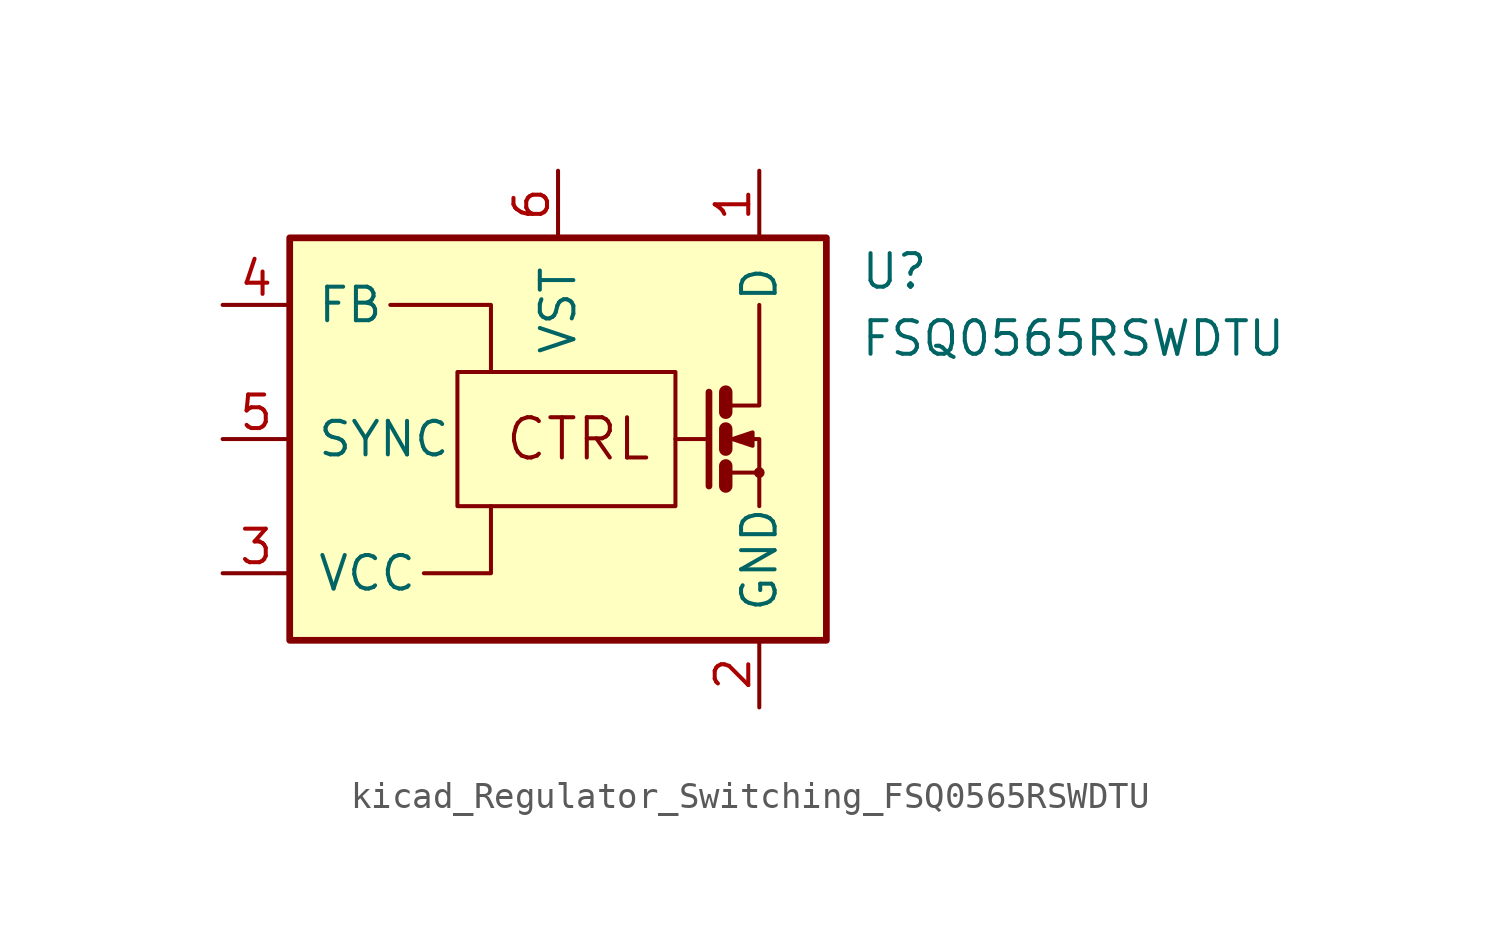
<source format=kicad_sym>
(kicad_symbol_lib
  (version 20220914)
  (generator kicad_symbol_editor)
  (symbol "kicad_Regulator_Switching_FSQ0565RSWDTU"
    (pin_names
      (offset 1.016))
    (property "Reference" "U"
      (at 11.43 6.35 0)
      (effects (font (size 1.27 1.27)) (justify left)))
    (property "Value" "FSQ0565RSWDTU"
      (at 11.43 3.81 0)
      (effects (font (size 1.27 1.27)) (justify left)))
    (symbol "kicad_Regulator_Switching_FSQ0565RSWDTU_0_0"
      (rectangle (start -10.16 7.62) (end 10.16 -7.62) (stroke (width 0.254) (type default)) (fill (type background)))
      (rectangle (start -3.81 2.54) (end 4.445 -2.54) (stroke (width 0) (type default)) (fill (type none)))
      (polyline (pts (xy 5.715 1.778) (xy 5.715 -1.778)) (stroke (width 0.254) (type default)) (fill (type none)))
      (polyline (pts (xy 6.35 -1.27) (xy 7.62 -1.27)) (stroke (width 0) (type default)) (fill (type none)))
      (polyline (pts (xy 6.35 -1.016) (xy 6.35 -1.778)) (stroke (width 0.508) (type default)) (fill (type none)))
      (polyline (pts (xy 6.35 0.381) (xy 6.35 -0.381)) (stroke (width 0.508) (type default)) (fill (type none)))
      (polyline (pts (xy 6.35 1.778) (xy 6.35 1.016)) (stroke (width 0.508) (type default)) (fill (type none)))
      (polyline (pts (xy 6.35 1.27) (xy 7.62 1.27) (xy 7.62 5.08)) (stroke (width 0) (type default)) (fill (type none)))
      (polyline (pts (xy 6.604 0) (xy 7.366 0.254) (xy 7.366 -0.254) (xy 6.604 0)) (stroke (width 0) (type default)) (fill (type outline)))
      (polyline (pts (xy 7.62 -1.905) (xy 7.62 -2.54) (xy 7.62 0) (xy 6.35 0)) (stroke (width 0) (type default)) (fill (type none)))
      (circle (center 7.62 -1.27) (radius 0.127) (stroke (width 0) (type default)) (fill (type none)))
      (text "CTRL" (at 0.762 0 0) (effects (font (size 1.524 1.524)))))
    (symbol "kicad_Regulator_Switching_FSQ0565RSWDTU_0_1"
      (polyline (pts (xy 4.445 0) (xy 5.715 0)) (stroke (width 0) (type default)) (fill (type none)))
      (polyline (pts (xy -6.35 5.08) (xy -2.54 5.08) (xy -2.54 2.54)) (stroke (width 0) (type default)) (fill (type none)))
      (polyline (pts (xy -5.08 -5.08) (xy -2.54 -5.08) (xy -2.54 -2.54)) (stroke (width 0) (type default)) (fill (type none))))
    (symbol "kicad_Regulator_Switching_FSQ0565RSWDTU_1_1"
      (pin passive line (at 7.62 10.16 270) (length 2.54) (name "D" (effects (font (size 1.27 1.27)))) (number "1" (effects (font (size 1.27 1.27)))))
      (pin power_in line (at 7.62 -10.16 90) (length 2.54) (name "GND" (effects (font (size 1.27 1.27)))) (number "2" (effects (font (size 1.27 1.27)))))
      (pin power_in line (at -12.7 -5.08 0) (length 2.54) (name "VCC" (effects (font (size 1.27 1.27)))) (number "3" (effects (font (size 1.27 1.27)))))
      (pin passive line (at -12.7 5.08 0) (length 2.54) (name "FB" (effects (font (size 1.27 1.27)))) (number "4" (effects (font (size 1.27 1.27)))))
      (pin passive line (at -12.7 0 0) (length 2.54) (name "SYNC" (effects (font (size 1.27 1.27)))) (number "5" (effects (font (size 1.27 1.27)))))
      (pin passive line (at 0 10.16 270) (length 2.54) (name "VST" (effects (font (size 1.27 1.27)))) (number "6" (effects (font (size 1.27 1.27))))))))
</source>
